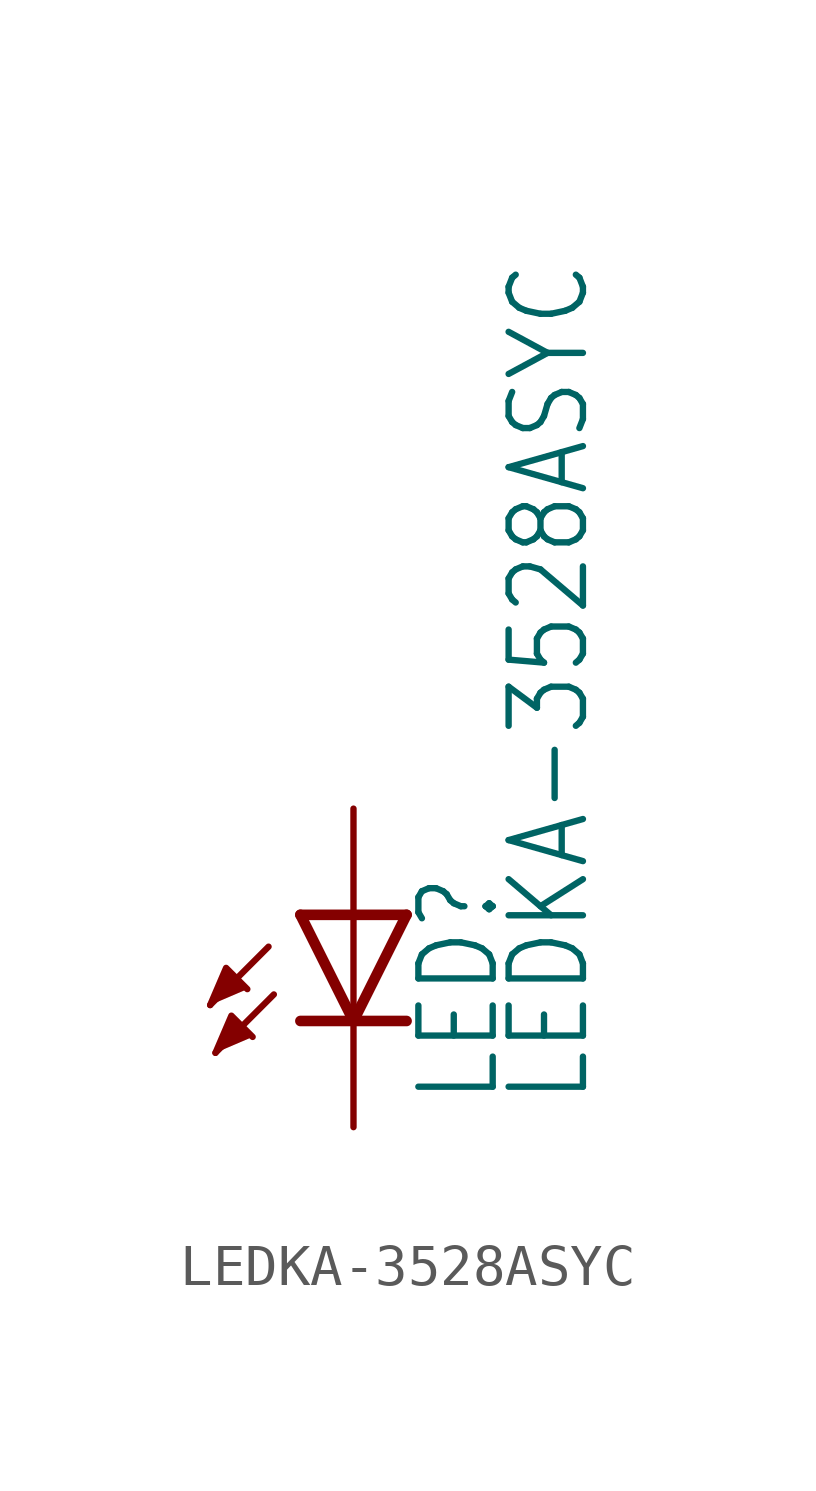
<source format=kicad_sym>
(kicad_symbol_lib
  (version 20220331)
  (generator kicad_symbol_editor)
  (symbol "LEDKA-3528ASYC"
    (property "Reference" "LED"
      (at 3.556 -4.572 90)
      (effects (font (size 1.778 1.511)) (justify left bottom)))
    (property "Value" "LEDKA-3528ASYC"
      (at 5.715 -4.572 90)
      (effects (font (size 1.778 1.511)) (justify left bottom)))
    (property "ki_locked" ""
      (at 0 0 0)
      (effects (font (size 1.27 1.27))))
    (symbol "LEDKA-3528ASYC_1_0"
      (polyline (pts (xy -2.032 -0.762) (xy -3.429 -2.159)) (stroke (width 0.152) (type solid)) (fill (type none)))
      (polyline (pts (xy -1.905 -1.905) (xy -3.302 -3.302)) (stroke (width 0.152) (type solid)) (fill (type none)))
      (polyline (pts (xy 0 -2.54) (xy -1.27 -2.54)) (stroke (width 0.254) (type solid)) (fill (type none)))
      (polyline (pts (xy 0 -2.54) (xy -1.27 0)) (stroke (width 0.254) (type solid)) (fill (type none)))
      (polyline (pts (xy 0 0) (xy -1.27 0)) (stroke (width 0.254) (type solid)) (fill (type none)))
      (polyline (pts (xy 0 0) (xy 0 -2.54)) (stroke (width 0.152) (type solid)) (fill (type none)))
      (polyline (pts (xy 1.27 -2.54) (xy 0 -2.54)) (stroke (width 0.254) (type solid)) (fill (type none)))
      (polyline (pts (xy 1.27 0) (xy 0 -2.54)) (stroke (width 0.254) (type solid)) (fill (type none)))
      (polyline (pts (xy 1.27 0) (xy 0 0)) (stroke (width 0.254) (type solid)) (fill (type none)))
      (polyline (pts (xy -3.429 -2.159) (xy -3.048 -1.27) (xy -2.54 -1.778)) (stroke (width 0) (type default)) (fill (type outline)))
      (polyline (pts (xy -3.302 -3.302) (xy -2.921 -2.413) (xy -2.413 -2.921)) (stroke (width 0) (type default)) (fill (type outline)))
      (pin passive line (at 0 2.54 270) (length 2.54) (name "A" (effects (font (size 0 0)))) (number "A" (effects (font (size 0 0)))))
      (pin passive line (at 0 -5.08 90) (length 2.54) (name "C" (effects (font (size 0 0)))) (number "C" (effects (font (size 0 0))))))))
</source>
